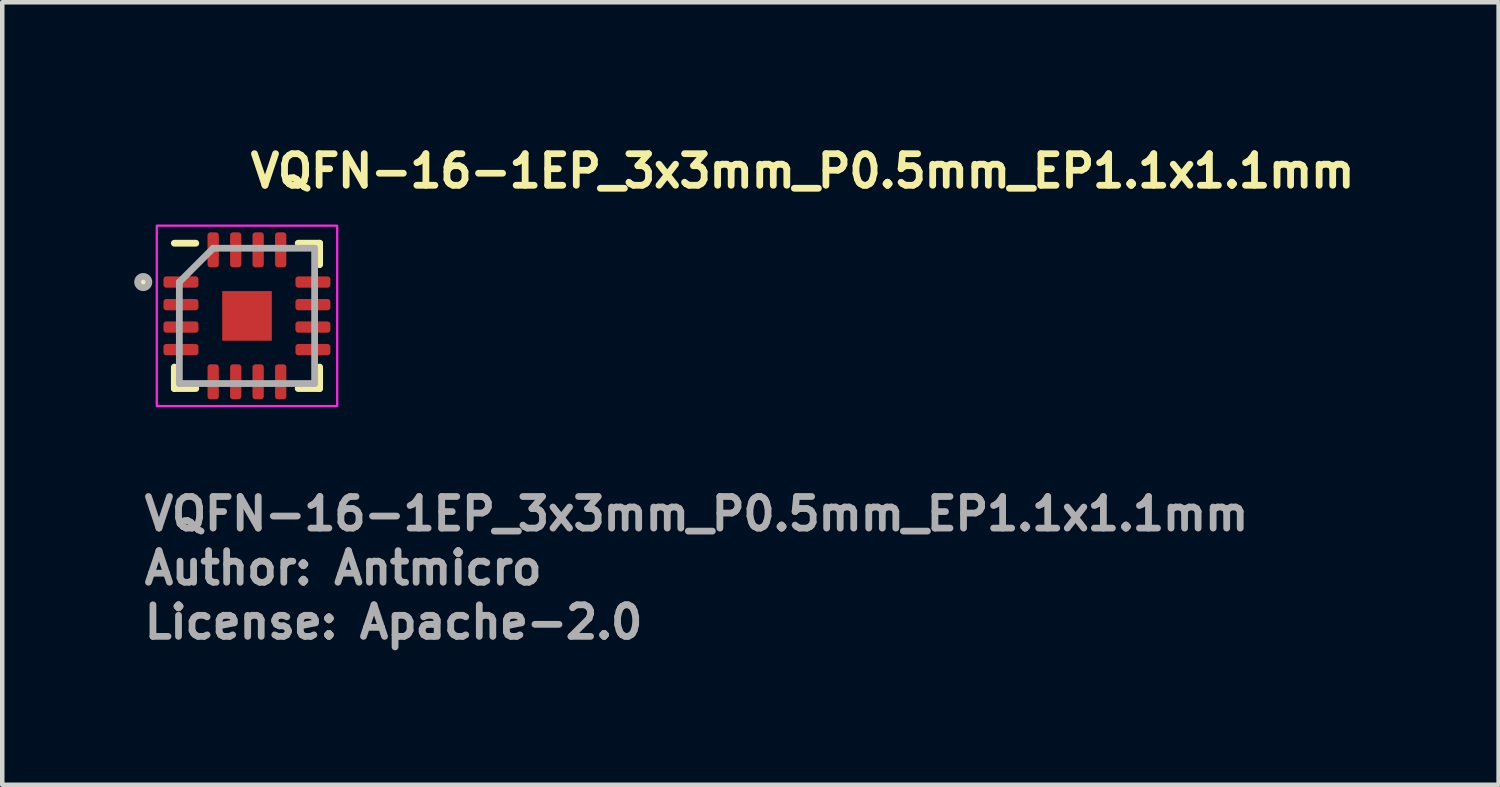
<source format=kicad_pcb>
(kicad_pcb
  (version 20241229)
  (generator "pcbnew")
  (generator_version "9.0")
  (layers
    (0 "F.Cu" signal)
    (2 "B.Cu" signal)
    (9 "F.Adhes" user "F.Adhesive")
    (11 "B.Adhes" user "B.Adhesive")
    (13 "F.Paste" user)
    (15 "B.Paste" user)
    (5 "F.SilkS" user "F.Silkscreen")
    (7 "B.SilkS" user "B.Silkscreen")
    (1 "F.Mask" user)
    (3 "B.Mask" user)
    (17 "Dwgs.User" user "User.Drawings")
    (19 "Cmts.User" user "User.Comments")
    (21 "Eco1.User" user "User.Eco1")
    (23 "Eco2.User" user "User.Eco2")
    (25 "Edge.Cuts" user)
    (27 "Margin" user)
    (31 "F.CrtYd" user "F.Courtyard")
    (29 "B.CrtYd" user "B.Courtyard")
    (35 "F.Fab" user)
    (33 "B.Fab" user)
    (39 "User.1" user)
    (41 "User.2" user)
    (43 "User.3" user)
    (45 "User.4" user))
  (footprint "VQFN-16-1EP_3x3mm_P0.5mm_EP1.1x1.1mm"
    (layer "F.Cu")
    (at 2.425 3.952)
    (property "Reference" "VQFN-16-1EP_3x3mm_P0.5mm_EP1.1x1.1mm" (at 0 -2.802 0) (layer "F.SilkS") (effects (font (size 0.7 0.7) (thickness 0.15)) (justify left bottom)))
    (attr smd)
    (fp_line (start -1.611 1.61) (end -1.611 1.134) (stroke (width 0.15) (type solid)) (layer "F.SilkS"))
    (fp_line (start -1.135 -1.611) (end -1.611 -1.611) (stroke (width 0.15) (type solid)) (layer "F.SilkS"))
    (fp_line (start -1.135 1.61) (end -1.611 1.61) (stroke (width 0.15) (type solid)) (layer "F.SilkS"))
    (fp_line (start 1.134 -1.611) (end 1.61 -1.611) (stroke (width 0.15) (type solid)) (layer "F.SilkS"))
    (fp_line (start 1.134 1.61) (end 1.61 1.61) (stroke (width 0.15) (type solid)) (layer "F.SilkS"))
    (fp_line (start 1.61 -1.611) (end 1.61 -1.135) (stroke (width 0.15) (type solid)) (layer "F.SilkS"))
    (fp_line (start 1.61 1.61) (end 1.61 1.134) (stroke (width 0.15) (type solid)) (layer "F.SilkS"))
    (fp_circle (center -2.3 -0.75) (end -2.25 -0.75) (stroke (width 0.15) (type solid)) (fill yes) (layer "F.SilkS"))
    (fp_rect (start -2 -2) (end 1.999 1.999) (stroke (width 0.05) (type solid)) (fill no) (layer "F.CrtYd"))
    (fp_line (start -1.5 -0.75) (end -0.75 -1.5) (stroke (width 0.15) (type solid)) (layer "F.Fab"))
    (fp_line (start -1.5 1.499) (end -1.5 -0.75) (stroke (width 0.15) (type solid)) (layer "F.Fab"))
    (fp_line (start -0.75 -1.5) (end 1.499 -1.5) (stroke (width 0.15) (type solid)) (layer "F.Fab"))
    (fp_line (start 1.499 -1.5) (end 1.499 1.499) (stroke (width 0.15) (type solid)) (layer "F.Fab"))
    (fp_line (start 1.499 1.499) (end -1.5 1.499) (stroke (width 0.15) (type solid)) (layer "F.Fab"))
    (fp_circle (center -2.3 -0.75) (end -2.25 -0.75) (stroke (width 0.15) (type solid)) (fill no) (layer "F.Fab"))
    (fp_rect (start -1.5 -1.5) (end 1.499 1.499) (stroke (width 0.1) (type solid)) (fill no) (layer "User.5"))
    (fp_rect (start -1.5 -1.5) (end 1.499 1.499) (stroke (width 0.1) (type solid)) (fill no) (layer "User.5"))
    (fp_line (start -1.5 -0.875) (end -1.5 -0.625) (stroke (width 0.02) (type solid)) (layer "User.9"))
    (fp_line (start -1.5 -0.625) (end -1.49 -0.625) (stroke (width 0.02) (type solid)) (layer "User.9"))
    (fp_line (start -1.5 -0.375) (end -1.5 -0.125) (stroke (width 0.02) (type solid)) (layer "User.9"))
    (fp_line (start -1.5 -0.125) (end -1.49 -0.125) (stroke (width 0.02) (type solid)) (layer "User.9"))
    (fp_line (start -1.5 0.122) (end -1.5 0.372) (stroke (width 0.02) (type solid)) (layer "User.9"))
    (fp_line (start -1.5 0.372) (end -1.49 0.372) (stroke (width 0.02) (type solid)) (layer "User.9"))
    (fp_line (start -1.5 0.622) (end -1.5 0.872) (stroke (width 0.02) (type solid)) (layer "User.9"))
    (fp_line (start -1.5 0.872) (end -1.49 0.872) (stroke (width 0.02) (type solid)) (layer "User.9"))
    (fp_line (start -1.49 -1.49) (end -1.49 1.489) (stroke (width 0.02) (type solid)) (layer "User.9"))
    (fp_line (start -1.49 -1.49) (end 1.489 -1.49) (stroke (width 0.02) (type solid)) (layer "User.9"))
    (fp_line (start -1.49 -0.875) (end -1.5 -0.875) (stroke (width 0.02) (type solid)) (layer "User.9"))
    (fp_line (start -1.49 -0.375) (end -1.5 -0.375) (stroke (width 0.02) (type solid)) (layer "User.9"))
    (fp_line (start -1.49 0.122) (end -1.5 0.122) (stroke (width 0.02) (type solid)) (layer "User.9"))
    (fp_line (start -1.49 0.622) (end -1.5 0.622) (stroke (width 0.02) (type solid)) (layer "User.9"))
    (fp_line (start -1.49 1.489) (end 1.489 1.489) (stroke (width 0.02) (type solid)) (layer "User.9"))
    (fp_line (start -1.051 -0.815) (end -1.051 -0.803) (stroke (width 0.02) (type solid)) (layer "User.9"))
    (fp_line (start -1.051 -0.803) (end -1.051 -0.803) (stroke (width 0.02) (type solid)) (layer "User.9"))
    (fp_line (start -1.051 -0.803) (end -1.051 -0.79) (stroke (width 0.02) (type solid)) (layer "User.9"))
    (fp_line (start -1.051 -0.79) (end -1.049 -0.777) (stroke (width 0.02) (type solid)) (layer "User.9"))
    (fp_line (start -1.049 -0.839) (end -1.049 -0.828) (stroke (width 0.02) (type solid)) (layer "User.9"))
    (fp_line (start -1.049 -0.828) (end -1.051 -0.815) (stroke (width 0.02) (type solid)) (layer "User.9"))
    (fp_line (start -1.049 -0.777) (end -1.049 -0.762) (stroke (width 0.02) (type solid)) (layer "User.9"))
    (fp_line (start -1.049 -0.762) (end -1.045 -0.75) (stroke (width 0.02) (type solid)) (layer "User.9"))
    (fp_line (start -1.045 -0.851) (end -1.049 -0.839) (stroke (width 0.02) (type solid)) (layer "User.9"))
    (fp_line (start -1.045 -0.75) (end -1.043 -0.738) (stroke (width 0.02) (type solid)) (layer "User.9"))
    (fp_line (start -1.043 -0.863) (end -1.045 -0.851) (stroke (width 0.02) (type solid)) (layer "User.9"))
    (fp_line (start -1.043 -0.738) (end -1.039 -0.726) (stroke (width 0.02) (type solid)) (layer "User.9"))
    (fp_line (start -1.039 -0.875) (end -1.043 -0.863) (stroke (width 0.02) (type solid)) (layer "User.9"))
    (fp_line (start -1.039 -0.726) (end -1.035 -0.715) (stroke (width 0.02) (type solid)) (layer "User.9"))
    (fp_line (start -1.035 -0.886) (end -1.039 -0.875) (stroke (width 0.02) (type solid)) (layer "User.9"))
    (fp_line (start -1.035 -0.715) (end -1.031 -0.704) (stroke (width 0.02) (type solid)) (layer "User.9"))
    (fp_line (start -1.031 -0.9) (end -1.035 -0.886) (stroke (width 0.02) (type solid)) (layer "User.9"))
    (fp_line (start -1.031 -0.704) (end -1.027 -0.694) (stroke (width 0.02) (type solid)) (layer "User.9"))
    (fp_line (start -1.027 -0.911) (end -1.031 -0.9) (stroke (width 0.02) (type solid)) (layer "User.9"))
    (fp_line (start -1.027 -0.694) (end -1.02 -0.683) (stroke (width 0.02) (type solid)) (layer "User.9"))
    (fp_line (start -1.02 -0.922) (end -1.027 -0.911) (stroke (width 0.02) (type solid)) (layer "User.9"))
    (fp_line (start -1.02 -0.683) (end -1.014 -0.673) (stroke (width 0.02) (type solid)) (layer "User.9"))
    (fp_line (start -1.014 -0.932) (end -1.02 -0.922) (stroke (width 0.02) (type solid)) (layer "User.9"))
    (fp_line (start -1.014 -0.673) (end -1.008 -0.663) (stroke (width 0.02) (type solid)) (layer "User.9"))
    (fp_line (start -1.008 -0.942) (end -1.014 -0.932) (stroke (width 0.02) (type solid)) (layer "User.9"))
    (fp_line (start -1.008 -0.663) (end -1.002 -0.653) (stroke (width 0.02) (type solid)) (layer "User.9"))
    (fp_line (start -1.002 -0.952) (end -1.008 -0.942) (stroke (width 0.02) (type solid)) (layer "User.9"))
    (fp_line (start -1.002 -0.653) (end -0.993 -0.643) (stroke (width 0.02) (type solid)) (layer "User.9"))
    (fp_line (start -0.993 -0.96) (end -1.002 -0.952) (stroke (width 0.02) (type solid)) (layer "User.9"))
    (fp_line (start -0.993 -0.643) (end -0.986 -0.632) (stroke (width 0.02) (type solid)) (layer "User.9"))
    (fp_line (start -0.986 -0.969) (end -0.993 -0.96) (stroke (width 0.02) (type solid)) (layer "User.9"))
    (fp_line (start -0.986 -0.632) (end -0.977 -0.624) (stroke (width 0.02) (type solid)) (layer "User.9"))
    (fp_line (start -0.977 -0.977) (end -0.986 -0.969) (stroke (width 0.02) (type solid)) (layer "User.9"))
    (fp_line (start -0.977 -0.624) (end -0.969 -0.615) (stroke (width 0.02) (type solid)) (layer "User.9"))
    (fp_line (start -0.969 -0.986) (end -0.977 -0.977) (stroke (width 0.02) (type solid)) (layer "User.9"))
    (fp_line (start -0.969 -0.615) (end -0.96 -0.608) (stroke (width 0.02) (type solid)) (layer "User.9"))
    (fp_line (start -0.96 -0.993) (end -0.969 -0.986) (stroke (width 0.02) (type solid)) (layer "User.9"))
    (fp_line (start -0.96 -0.608) (end -0.952 -0.6) (stroke (width 0.02) (type solid)) (layer "User.9"))
    (fp_line (start -0.952 -1.002) (end -0.96 -0.993) (stroke (width 0.02) (type solid)) (layer "User.9"))
    (fp_line (start -0.952 -0.6) (end -0.942 -0.593) (stroke (width 0.02) (type solid)) (layer "User.9"))
    (fp_line (start -0.942 -1.008) (end -0.952 -1.002) (stroke (width 0.02) (type solid)) (layer "User.9"))
    (fp_line (start -0.942 -0.593) (end -0.932 -0.587) (stroke (width 0.02) (type solid)) (layer "User.9"))
    (fp_line (start -0.932 -1.014) (end -0.942 -1.008) (stroke (width 0.02) (type solid)) (layer "User.9"))
    (fp_line (start -0.932 -0.587) (end -0.922 -0.581) (stroke (width 0.02) (type solid)) (layer "User.9"))
    (fp_line (start -0.922 -1.02) (end -0.932 -1.014) (stroke (width 0.02) (type solid)) (layer "User.9"))
    (fp_line (start -0.922 -0.581) (end -0.911 -0.577) (stroke (width 0.02) (type solid)) (layer "User.9"))
    (fp_line (start -0.911 -1.027) (end -0.922 -1.02) (stroke (width 0.02) (type solid)) (layer "User.9"))
    (fp_line (start -0.911 -0.577) (end -0.9 -0.572) (stroke (width 0.02) (type solid)) (layer "User.9"))
    (fp_line (start -0.9 -1.031) (end -0.911 -1.027) (stroke (width 0.02) (type solid)) (layer "User.9"))
    (fp_line (start -0.9 -0.572) (end -0.886 -0.568) (stroke (width 0.02) (type solid)) (layer "User.9"))
    (fp_line (start -0.886 -1.035) (end -0.9 -1.031) (stroke (width 0.02) (type solid)) (layer "User.9"))
    (fp_line (start -0.886 -0.568) (end -0.875 -0.564) (stroke (width 0.02) (type solid)) (layer "User.9"))
    (fp_line (start -0.875 -1.5) (end -0.875 -1.49) (stroke (width 0.02) (type solid)) (layer "User.9"))
    (fp_line (start -0.875 -1.039) (end -0.886 -1.035) (stroke (width 0.02) (type solid)) (layer "User.9"))
    (fp_line (start -0.875 -0.564) (end -0.863 -0.56) (stroke (width 0.02) (type solid)) (layer "User.9"))
    (fp_line (start -0.875 1.489) (end -0.875 1.499) (stroke (width 0.02) (type solid)) (layer "User.9"))
    (fp_line (start -0.875 1.499) (end -0.625 1.499) (stroke (width 0.02) (type solid)) (layer "User.9"))
    (fp_line (start -0.863 -1.043) (end -0.875 -1.039) (stroke (width 0.02) (type solid)) (layer "User.9"))
    (fp_line (start -0.863 -0.56) (end -0.851 -0.558) (stroke (width 0.02) (type solid)) (layer "User.9"))
    (fp_line (start -0.851 -1.045) (end -0.863 -1.043) (stroke (width 0.02) (type solid)) (layer "User.9"))
    (fp_line (start -0.851 -0.558) (end -0.839 -0.555) (stroke (width 0.02) (type solid)) (layer "User.9"))
    (fp_line (start -0.839 -1.049) (end -0.851 -1.045) (stroke (width 0.02) (type solid)) (layer "User.9"))
    (fp_line (start -0.839 -0.555) (end -0.828 -0.554) (stroke (width 0.02) (type solid)) (layer "User.9"))
    (fp_line (start -0.828 -1.049) (end -0.839 -1.049) (stroke (width 0.02) (type solid)) (layer "User.9"))
    (fp_line (start -0.828 -0.554) (end -0.815 -0.553) (stroke (width 0.02) (type solid)) (layer "User.9"))
    (fp_line (start -0.815 -1.051) (end -0.828 -1.049) (stroke (width 0.02) (type solid)) (layer "User.9"))
    (fp_line (start -0.815 -0.553) (end -0.803 -0.553) (stroke (width 0.02) (type solid)) (layer "User.9"))
    (fp_line (start -0.803 -1.051) (end -0.815 -1.051) (stroke (width 0.02) (type solid)) (layer "User.9"))
    (fp_line (start -0.803 -1.051) (end -0.803 -1.051) (stroke (width 0.02) (type solid)) (layer "User.9"))
    (fp_line (start -0.803 -0.553) (end -0.803 -0.553) (stroke (width 0.02) (type solid)) (layer "User.9"))
    (fp_line (start -0.803 -0.553) (end -0.79 -0.553) (stroke (width 0.02) (type solid)) (layer "User.9"))
    (fp_line (start -0.79 -1.051) (end -0.803 -1.051) (stroke (width 0.02) (type solid)) (layer "User.9"))
    (fp_line (start -0.79 -0.553) (end -0.777 -0.554) (stroke (width 0.02) (type solid)) (layer "User.9"))
    (fp_line (start -0.777 -1.049) (end -0.79 -1.051) (stroke (width 0.02) (type solid)) (layer "User.9"))
    (fp_line (start -0.777 -0.554) (end -0.762 -0.555) (stroke (width 0.02) (type solid)) (layer "User.9"))
    (fp_line (start -0.762 -1.049) (end -0.777 -1.049) (stroke (width 0.02) (type solid)) (layer "User.9"))
    (fp_line (start -0.762 -0.555) (end -0.75 -0.558) (stroke (width 0.02) (type solid)) (layer "User.9"))
    (fp_line (start -0.75 -1.045) (end -0.762 -1.049) (stroke (width 0.02) (type solid)) (layer "User.9"))
    (fp_line (start -0.75 -0.558) (end -0.738 -0.56) (stroke (width 0.02) (type solid)) (layer "User.9"))
    (fp_line (start -0.738 -1.043) (end -0.75 -1.045) (stroke (width 0.02) (type solid)) (layer "User.9"))
    (fp_line (start -0.738 -0.56) (end -0.726 -0.564) (stroke (width 0.02) (type solid)) (layer "User.9"))
    (fp_line (start -0.726 -1.039) (end -0.738 -1.043) (stroke (width 0.02) (type solid)) (layer "User.9"))
    (fp_line (start -0.726 -0.564) (end -0.715 -0.568) (stroke (width 0.02) (type solid)) (layer "User.9"))
    (fp_line (start -0.715 -1.035) (end -0.726 -1.039) (stroke (width 0.02) (type solid)) (layer "User.9"))
    (fp_line (start -0.715 -0.568) (end -0.704 -0.572) (stroke (width 0.02) (type solid)) (layer "User.9"))
    (fp_line (start -0.704 -1.031) (end -0.715 -1.035) (stroke (width 0.02) (type solid)) (layer "User.9"))
    (fp_line (start -0.704 -0.572) (end -0.694 -0.577) (stroke (width 0.02) (type solid)) (layer "User.9"))
    (fp_line (start -0.694 -1.027) (end -0.704 -1.031) (stroke (width 0.02) (type solid)) (layer "User.9"))
    (fp_line (start -0.694 -0.577) (end -0.683 -0.581) (stroke (width 0.02) (type solid)) (layer "User.9"))
    (fp_line (start -0.683 -1.02) (end -0.694 -1.027) (stroke (width 0.02) (type solid)) (layer "User.9"))
    (fp_line (start -0.683 -0.581) (end -0.673 -0.587) (stroke (width 0.02) (type solid)) (layer "User.9"))
    (fp_line (start -0.673 -1.014) (end -0.683 -1.02) (stroke (width 0.02) (type solid)) (layer "User.9"))
    (fp_line (start -0.673 -0.587) (end -0.663 -0.593) (stroke (width 0.02) (type solid)) (layer "User.9"))
    (fp_line (start -0.663 -1.008) (end -0.673 -1.014) (stroke (width 0.02) (type solid)) (layer "User.9"))
    (fp_line (start -0.663 -0.593) (end -0.653 -0.6) (stroke (width 0.02) (type solid)) (layer "User.9"))
    (fp_line (start -0.653 -1.002) (end -0.663 -1.008) (stroke (width 0.02) (type solid)) (layer "User.9"))
    (fp_line (start -0.653 -0.6) (end -0.643 -0.608) (stroke (width 0.02) (type solid)) (layer "User.9"))
    (fp_line (start -0.643 -0.993) (end -0.653 -1.002) (stroke (width 0.02) (type solid)) (layer "User.9"))
    (fp_line (start -0.643 -0.608) (end -0.632 -0.615) (stroke (width 0.02) (type solid)) (layer "User.9"))
    (fp_line (start -0.632 -0.986) (end -0.643 -0.993) (stroke (width 0.02) (type solid)) (layer "User.9"))
    (fp_line (start -0.632 -0.615) (end -0.624 -0.624) (stroke (width 0.02) (type solid)) (layer "User.9"))
    (fp_line (start -0.625 -1.5) (end -0.875 -1.5) (stroke (width 0.02) (type solid)) (layer "User.9"))
    (fp_line (start -0.625 -1.49) (end -0.625 -1.5) (stroke (width 0.02) (type solid)) (layer "User.9"))
    (fp_line (start -0.625 1.499) (end -0.625 1.489) (stroke (width 0.02) (type solid)) (layer "User.9"))
    (fp_line (start -0.624 -0.977) (end -0.632 -0.986) (stroke (width 0.02) (type solid)) (layer "User.9"))
    (fp_line (start -0.624 -0.624) (end -0.615 -0.632) (stroke (width 0.02) (type solid)) (layer "User.9"))
    (fp_line (start -0.615 -0.969) (end -0.624 -0.977) (stroke (width 0.02) (type solid)) (layer "User.9"))
    (fp_line (start -0.615 -0.632) (end -0.608 -0.643) (stroke (width 0.02) (type solid)) (layer "User.9"))
    (fp_line (start -0.608 -0.96) (end -0.615 -0.969) (stroke (width 0.02) (type solid)) (layer "User.9"))
    (fp_line (start -0.608 -0.643) (end -0.6 -0.653) (stroke (width 0.02) (type solid)) (layer "User.9"))
    (fp_line (start -0.6 -0.952) (end -0.608 -0.96) (stroke (width 0.02) (type solid)) (layer "User.9"))
    (fp_line (start -0.6 -0.653) (end -0.593 -0.663) (stroke (width 0.02) (type solid)) (layer "User.9"))
    (fp_line (start -0.593 -0.942) (end -0.6 -0.952) (stroke (width 0.02) (type solid)) (layer "User.9"))
    (fp_line (start -0.593 -0.663) (end -0.587 -0.673) (stroke (width 0.02) (type solid)) (layer "User.9"))
    (fp_line (start -0.587 -0.932) (end -0.593 -0.942) (stroke (width 0.02) (type solid)) (layer "User.9"))
    (fp_line (start -0.587 -0.673) (end -0.581 -0.683) (stroke (width 0.02) (type solid)) (layer "User.9"))
    (fp_line (start -0.581 -0.922) (end -0.587 -0.932) (stroke (width 0.02) (type solid)) (layer "User.9"))
    (fp_line (start -0.581 -0.683) (end -0.577 -0.694) (stroke (width 0.02) (type solid)) (layer "User.9"))
    (fp_line (start -0.577 -0.911) (end -0.581 -0.922) (stroke (width 0.02) (type solid)) (layer "User.9"))
    (fp_line (start -0.577 -0.694) (end -0.572 -0.704) (stroke (width 0.02) (type solid)) (layer "User.9"))
    (fp_line (start -0.572 -0.9) (end -0.577 -0.911) (stroke (width 0.02) (type solid)) (layer "User.9"))
    (fp_line (start -0.572 -0.704) (end -0.568 -0.715) (stroke (width 0.02) (type solid)) (layer "User.9"))
    (fp_line (start -0.568 -0.886) (end -0.572 -0.9) (stroke (width 0.02) (type solid)) (layer "User.9"))
    (fp_line (start -0.568 -0.715) (end -0.564 -0.726) (stroke (width 0.02) (type solid)) (layer "User.9"))
    (fp_line (start -0.564 -0.875) (end -0.568 -0.886) (stroke (width 0.02) (type solid)) (layer "User.9"))
    (fp_line (start -0.564 -0.726) (end -0.56 -0.738) (stroke (width 0.02) (type solid)) (layer "User.9"))
    (fp_line (start -0.56 -0.863) (end -0.564 -0.875) (stroke (width 0.02) (type solid)) (layer "User.9"))
    (fp_line (start -0.56 -0.738) (end -0.558 -0.75) (stroke (width 0.02) (type solid)) (layer "User.9"))
    (fp_line (start -0.558 -0.851) (end -0.56 -0.863) (stroke (width 0.02) (type solid)) (layer "User.9"))
    (fp_line (start -0.558 -0.75) (end -0.555 -0.762) (stroke (width 0.02) (type solid)) (layer "User.9"))
    (fp_line (start -0.555 -0.839) (end -0.558 -0.851) (stroke (width 0.02) (type solid)) (layer "User.9"))
    (fp_line (start -0.555 -0.762) (end -0.554 -0.777) (stroke (width 0.02) (type solid)) (layer "User.9"))
    (fp_line (start -0.554 -0.828) (end -0.555 -0.839) (stroke (width 0.02) (type solid)) (layer "User.9"))
    (fp_line (start -0.554 -0.777) (end -0.553 -0.79) (stroke (width 0.02) (type solid)) (layer "User.9"))
    (fp_line (start -0.553 -0.815) (end -0.554 -0.828) (stroke (width 0.02) (type solid)) (layer "User.9"))
    (fp_line (start -0.553 -0.803) (end -0.553 -0.815) (stroke (width 0.02) (type solid)) (layer "User.9"))
    (fp_line (start -0.553 -0.803) (end -0.553 -0.803) (stroke (width 0.02) (type solid)) (layer "User.9"))
    (fp_line (start -0.553 -0.803) (end -0.553 -0.803) (stroke (width 0.02) (type solid)) (layer "User.9"))
    (fp_line (start -0.553 -0.79) (end -0.553 -0.803) (stroke (width 0.02) (type solid)) (layer "User.9"))
    (fp_line (start -0.375 -1.5) (end -0.375 -1.49) (stroke (width 0.02) (type solid)) (layer "User.9"))
    (fp_line (start -0.375 1.489) (end -0.375 1.499) (stroke (width 0.02) (type solid)) (layer "User.9"))
    (fp_line (start -0.375 1.499) (end -0.125 1.499) (stroke (width 0.02) (type solid)) (layer "User.9"))
    (fp_line (start -0.125 -1.5) (end -0.375 -1.5) (stroke (width 0.02) (type solid)) (layer "User.9"))
    (fp_line (start -0.125 -1.49) (end -0.125 -1.5) (stroke (width 0.02) (type solid)) (layer "User.9"))
    (fp_line (start -0.125 1.499) (end -0.125 1.489) (stroke (width 0.02) (type solid)) (layer "User.9"))
    (fp_line (start 0.122 -1.5) (end 0.122 -1.49) (stroke (width 0.02) (type solid)) (layer "User.9"))
    (fp_line (start 0.122 1.489) (end 0.122 1.499) (stroke (width 0.02) (type solid)) (layer "User.9"))
    (fp_line (start 0.122 1.499) (end 0.372 1.499) (stroke (width 0.02) (type solid)) (layer "User.9"))
    (fp_line (start 0.372 -1.5) (end 0.122 -1.5) (stroke (width 0.02) (type solid)) (layer "User.9"))
    (fp_line (start 0.372 -1.49) (end 0.372 -1.5) (stroke (width 0.02) (type solid)) (layer "User.9"))
    (fp_line (start 0.372 1.499) (end 0.372 1.489) (stroke (width 0.02) (type solid)) (layer "User.9"))
    (fp_line (start 0.622 -1.5) (end 0.622 -1.49) (stroke (width 0.02) (type solid)) (layer "User.9"))
    (fp_line (start 0.622 1.489) (end 0.622 1.499) (stroke (width 0.02) (type solid)) (layer "User.9"))
    (fp_line (start 0.622 1.499) (end 0.872 1.499) (stroke (width 0.02) (type solid)) (layer "User.9"))
    (fp_line (start 0.872 -1.5) (end 0.622 -1.5) (stroke (width 0.02) (type solid)) (layer "User.9"))
    (fp_line (start 0.872 -1.49) (end 0.872 -1.5) (stroke (width 0.02) (type solid)) (layer "User.9"))
    (fp_line (start 0.872 1.499) (end 0.872 1.489) (stroke (width 0.02) (type solid)) (layer "User.9"))
    (fp_line (start 1.489 -1.49) (end 1.489 1.489) (stroke (width 0.02) (type solid)) (layer "User.9"))
    (fp_line (start 1.489 -0.625) (end 1.499 -0.625) (stroke (width 0.02) (type solid)) (layer "User.9"))
    (fp_line (start 1.489 -0.125) (end 1.499 -0.125) (stroke (width 0.02) (type solid)) (layer "User.9"))
    (fp_line (start 1.489 0.372) (end 1.499 0.372) (stroke (width 0.02) (type solid)) (layer "User.9"))
    (fp_line (start 1.489 0.872) (end 1.499 0.872) (stroke (width 0.02) (type solid)) (layer "User.9"))
    (fp_line (start 1.499 -0.875) (end 1.489 -0.875) (stroke (width 0.02) (type solid)) (layer "User.9"))
    (fp_line (start 1.499 -0.625) (end 1.499 -0.875) (stroke (width 0.02) (type solid)) (layer "User.9"))
    (fp_line (start 1.499 -0.375) (end 1.489 -0.375) (stroke (width 0.02) (type solid)) (layer "User.9"))
    (fp_line (start 1.499 -0.125) (end 1.499 -0.375) (stroke (width 0.02) (type solid)) (layer "User.9"))
    (fp_line (start 1.499 0.122) (end 1.489 0.122) (stroke (width 0.02) (type solid)) (layer "User.9"))
    (fp_line (start 1.499 0.372) (end 1.499 0.122) (stroke (width 0.02) (type solid)) (layer "User.9"))
    (fp_line (start 1.499 0.622) (end 1.489 0.622) (stroke (width 0.02) (type solid)) (layer "User.9"))
    (fp_line (start 1.499 0.872) (end 1.499 0.622) (stroke (width 0.02) (type solid)) (layer "User.9"))
    (fp_text user "License: Apache-2.0" (at -2.35 7.197 0) (layer "F.Fab") (effects (font (size 0.7 0.7) (thickness 0.15)) (justify left bottom)))
    (fp_text user "${REFERENCE}" (at -2.35 4.797 0) (layer "F.Fab") (effects (font (size 0.7 0.7) (thickness 0.15)) (justify left bottom)))
    (fp_text user "Author: Antmicro" (at -2.35 5.997 0) (layer "F.Fab") (effects (font (size 0.7 0.7) (thickness 0.15)) (justify left bottom)))
    (pad "" smd roundrect (at 0 0) (size 0.89 0.89) (layers "F.Paste") (roundrect_rratio 0.25))
    (pad "1" smd roundrect (at -1.464 -0.75) (size 0.775 0.25) (layers "F.Cu" "F.Mask" "F.Paste") (roundrect_rratio 0.25))
    (pad "2" smd roundrect (at -1.464 -0.25) (size 0.775 0.25) (layers "F.Cu" "F.Mask" "F.Paste") (roundrect_rratio 0.25))
    (pad "3" smd roundrect (at -1.464 0.247) (size 0.775 0.25) (layers "F.Cu" "F.Mask" "F.Paste") (roundrect_rratio 0.25))
    (pad "4" smd roundrect (at -1.464 0.747) (size 0.775 0.25) (layers "F.Cu" "F.Mask" "F.Paste") (roundrect_rratio 0.25))
    (pad "5" smd roundrect (at -0.75 1.461) (size 0.25 0.775) (layers "F.Cu" "F.Mask" "F.Paste") (roundrect_rratio 0.25))
    (pad "6" smd roundrect (at -0.25 1.461) (size 0.25 0.775) (layers "F.Cu" "F.Mask" "F.Paste") (roundrect_rratio 0.25))
    (pad "7" smd roundrect (at 0.247 1.461) (size 0.25 0.775) (layers "F.Cu" "F.Mask" "F.Paste") (roundrect_rratio 0.25))
    (pad "8" smd roundrect (at 0.747 1.461) (size 0.25 0.775) (layers "F.Cu" "F.Mask" "F.Paste") (roundrect_rratio 0.25))
    (pad "9" smd roundrect (at 1.461 0.747) (size 0.775 0.25) (layers "F.Cu" "F.Mask" "F.Paste") (roundrect_rratio 0.25))
    (pad "10" smd roundrect (at 1.461 0.247) (size 0.775 0.25) (layers "F.Cu" "F.Mask" "F.Paste") (roundrect_rratio 0.25))
    (pad "11" smd roundrect (at 1.461 -0.25) (size 0.775 0.25) (layers "F.Cu" "F.Mask" "F.Paste") (roundrect_rratio 0.25))
    (pad "12" smd roundrect (at 1.461 -0.75) (size 0.775 0.25) (layers "F.Cu" "F.Mask" "F.Paste") (roundrect_rratio 0.25))
    (pad "13" smd roundrect (at 0.747 -1.464) (size 0.25 0.775) (layers "F.Cu" "F.Mask" "F.Paste") (roundrect_rratio 0.25))
    (pad "14" smd roundrect (at 0.247 -1.464) (size 0.25 0.775) (layers "F.Cu" "F.Mask" "F.Paste") (roundrect_rratio 0.25))
    (pad "15" smd roundrect (at -0.25 -1.464) (size 0.25 0.775) (layers "F.Cu" "F.Mask" "F.Paste") (roundrect_rratio 0.25))
    (pad "16" smd roundrect (at -0.75 -1.464) (size 0.25 0.775) (layers "F.Cu" "F.Mask" "F.Paste") (roundrect_rratio 0.25))
    (pad "17" smd rect (at 0 0) (size 1.1 1.1) (layers "F.Cu" "F.Mask")))
  (gr_rect
    (start -3 -3)
    (end 30.168 14.345)
    (stroke (width 0.1) (type default))
    (fill no)
    (layer "Edge.Cuts")))
</source>
